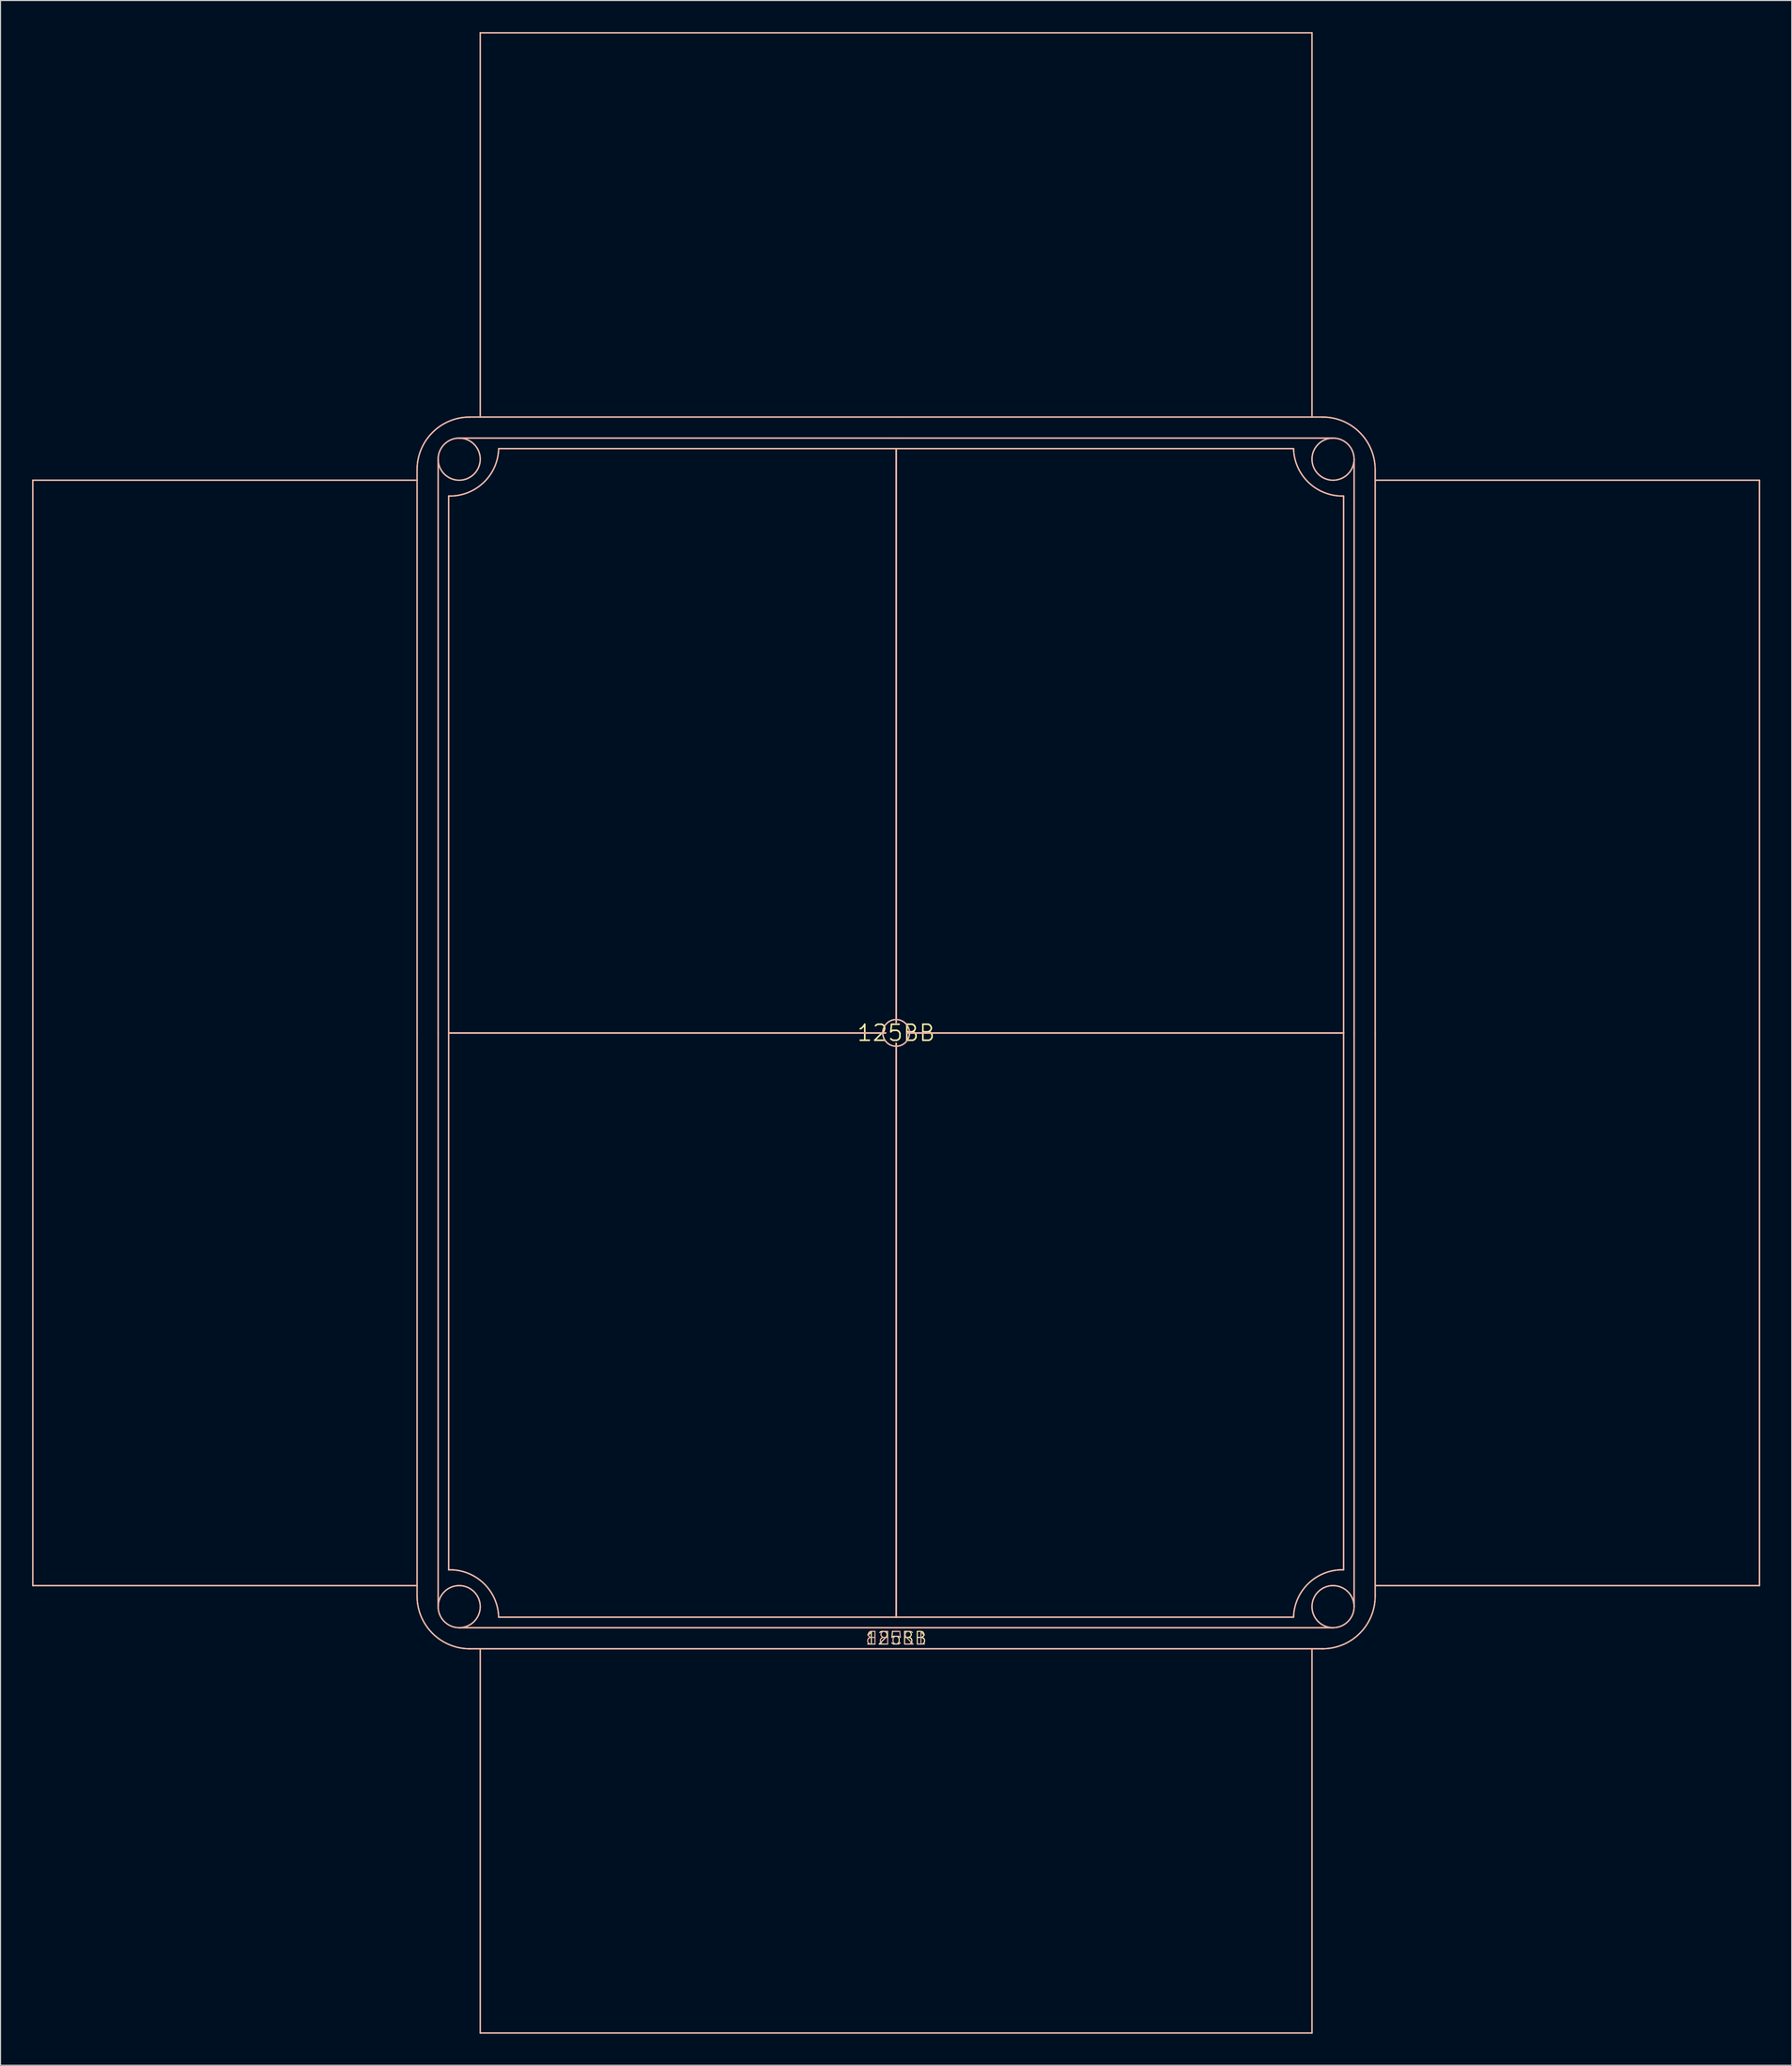
<source format=kicad_pcb>
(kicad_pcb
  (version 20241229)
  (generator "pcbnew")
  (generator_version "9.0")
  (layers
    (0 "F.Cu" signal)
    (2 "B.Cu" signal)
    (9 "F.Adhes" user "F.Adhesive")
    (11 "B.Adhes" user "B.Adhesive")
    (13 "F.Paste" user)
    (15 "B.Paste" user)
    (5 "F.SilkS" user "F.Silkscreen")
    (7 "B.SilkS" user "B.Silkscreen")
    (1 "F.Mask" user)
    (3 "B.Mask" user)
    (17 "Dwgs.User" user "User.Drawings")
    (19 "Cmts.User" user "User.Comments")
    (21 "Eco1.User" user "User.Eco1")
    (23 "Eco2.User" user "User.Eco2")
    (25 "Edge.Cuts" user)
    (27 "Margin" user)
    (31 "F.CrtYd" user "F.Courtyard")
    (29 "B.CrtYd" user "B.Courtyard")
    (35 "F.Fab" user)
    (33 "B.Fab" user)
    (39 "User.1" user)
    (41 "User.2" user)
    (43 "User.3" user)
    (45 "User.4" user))
  (footprint "125BB"
    (layer "F.Cu")
    (at 82.064 95.064)
    (property "Reference" "125BB" (at 0 0 0) (layer "F.SilkS") (effects (font (size 1.524 1.524) (thickness 0.15))))
    (attr through_hole)
    (fp_line (start -82 -52.5) (end -82 52.5) (stroke (width 0.127) (type solid)) (layer "F.SilkS"))
    (fp_line (start -82 -52.5) (end -45.5 -52.5) (stroke (width 0.127) (type solid)) (layer "F.SilkS"))
    (fp_line (start -82 52.5) (end -45.5 52.5) (stroke (width 0.127) (type solid)) (layer "F.SilkS"))
    (fp_line (start -45.5 -52.5) (end -45.5 -53.5) (stroke (width 0.127) (type solid)) (layer "F.SilkS"))
    (fp_line (start -45.5 0) (end -45.5 -52.5) (stroke (width 0.127) (type solid)) (layer "F.SilkS"))
    (fp_line (start -45.5 0) (end -45.5 52.5) (stroke (width 0.127) (type solid)) (layer "F.SilkS"))
    (fp_line (start -45.5 52.5) (end -45.5 53.5) (stroke (width 0.127) (type solid)) (layer "F.SilkS"))
    (fp_line (start -43.5 0) (end -43.5 -54.5) (stroke (width 0.127) (type solid)) (layer "F.SilkS"))
    (fp_line (start -43.5 0) (end -43.5 54.5) (stroke (width 0.127) (type solid)) (layer "F.SilkS"))
    (fp_line (start -42.5 -51) (end -42.5 0) (stroke (width 0.127) (type solid)) (layer "F.SilkS"))
    (fp_line (start -42.5 51) (end -42.5 0) (stroke (width 0.127) (type solid)) (layer "F.SilkS"))
    (fp_line (start -40.55 -58.5) (end -40.5 -58.5) (stroke (width 0.127) (type solid)) (layer "F.SilkS"))
    (fp_line (start -40.55 58.5) (end -40.5 58.5) (stroke (width 0.127) (type solid)) (layer "F.SilkS"))
    (fp_line (start -40.5 -58.5) (end -40.55 -58.5) (stroke (width 0.127) (type solid)) (layer "F.SilkS"))
    (fp_line (start -40.5 58.5) (end -40.55 58.5) (stroke (width 0.127) (type solid)) (layer "F.SilkS"))
    (fp_line (start -39.5 -95) (end 39.5 -95) (stroke (width 0.127) (type solid)) (layer "F.SilkS"))
    (fp_line (start -39.5 -58.5) (end -40.5 -58.5) (stroke (width 0.127) (type solid)) (layer "F.SilkS"))
    (fp_line (start -39.5 -58.5) (end -39.5 -95) (stroke (width 0.127) (type solid)) (layer "F.SilkS"))
    (fp_line (start -39.5 58.5) (end -40.5 58.5) (stroke (width 0.127) (type solid)) (layer "F.SilkS"))
    (fp_line (start -39.5 58.5) (end -39.5 95) (stroke (width 0.127) (type solid)) (layer "F.SilkS"))
    (fp_line (start -39.5 95) (end 39.5 95) (stroke (width 0.127) (type solid)) (layer "F.SilkS"))
    (fp_line (start -1 0) (end -42.5 0) (stroke (width 0.127) (type solid)) (layer "F.SilkS"))
    (fp_line (start -1 0) (end -42.5 0) (stroke (width 0.127) (type solid)) (layer "F.SilkS"))
    (fp_line (start -1 0) (end -42.5 0) (stroke (width 0.127) (type solid)) (layer "F.SilkS"))
    (fp_line (start -1 0) (end -42.5 0) (stroke (width 0.127) (type solid)) (layer "F.SilkS"))
    (fp_line (start 0 -58.5) (end -39.5 -58.5) (stroke (width 0.127) (type solid)) (layer "F.SilkS"))
    (fp_line (start 0 -58.5) (end 39.5 -58.5) (stroke (width 0.127) (type solid)) (layer "F.SilkS"))
    (fp_line (start 0 -56.5) (end -41.5 -56.5) (stroke (width 0.127) (type solid)) (layer "F.SilkS"))
    (fp_line (start 0 -56.5) (end 41.5 -56.5) (stroke (width 0.127) (type solid)) (layer "F.SilkS"))
    (fp_line (start 0 -55.5) (end -37.75 -55.5) (stroke (width 0.127) (type solid)) (layer "F.SilkS"))
    (fp_line (start 0 -55.5) (end 37.75 -55.5) (stroke (width 0.127) (type solid)) (layer "F.SilkS"))
    (fp_line (start 0 -1) (end 0 -55.5) (stroke (width 0.127) (type solid)) (layer "F.SilkS"))
    (fp_line (start 0 -1) (end 0 -55.5) (stroke (width 0.127) (type solid)) (layer "F.SilkS"))
    (fp_line (start 0 -1) (end 0 -55.5) (stroke (width 0.127) (type solid)) (layer "F.SilkS"))
    (fp_line (start 0 -1) (end 0 -55.5) (stroke (width 0.127) (type solid)) (layer "F.SilkS"))
    (fp_line (start 0 1) (end 0 55.5) (stroke (width 0.127) (type solid)) (layer "F.SilkS"))
    (fp_line (start 0 1) (end 0 55.5) (stroke (width 0.127) (type solid)) (layer "F.SilkS"))
    (fp_line (start 0 1) (end 0 55.5) (stroke (width 0.127) (type solid)) (layer "F.SilkS"))
    (fp_line (start 0 1) (end 0 55.5) (stroke (width 0.127) (type solid)) (layer "F.SilkS"))
    (fp_line (start 0 55.5) (end -37.75 55.5) (stroke (width 0.127) (type solid)) (layer "F.SilkS"))
    (fp_line (start 0 55.5) (end 37.75 55.5) (stroke (width 0.127) (type solid)) (layer "F.SilkS"))
    (fp_line (start 0 56.5) (end -41.5 56.5) (stroke (width 0.127) (type solid)) (layer "F.SilkS"))
    (fp_line (start 0 56.5) (end 41.5 56.5) (stroke (width 0.127) (type solid)) (layer "F.SilkS"))
    (fp_line (start 0 58.5) (end -39.5 58.5) (stroke (width 0.127) (type solid)) (layer "F.SilkS"))
    (fp_line (start 0 58.5) (end 39.5 58.5) (stroke (width 0.127) (type solid)) (layer "F.SilkS"))
    (fp_line (start 1 0) (end 42.5 0) (stroke (width 0.127) (type solid)) (layer "F.SilkS"))
    (fp_line (start 1 0) (end 42.5 0) (stroke (width 0.127) (type solid)) (layer "F.SilkS"))
    (fp_line (start 1 0) (end 42.5 0) (stroke (width 0.127) (type solid)) (layer "F.SilkS"))
    (fp_line (start 1 0) (end 42.5 0) (stroke (width 0.127) (type solid)) (layer "F.SilkS"))
    (fp_line (start 39.5 -58.5) (end 39.5 -95) (stroke (width 0.127) (type solid)) (layer "F.SilkS"))
    (fp_line (start 39.5 -58.5) (end 40.5 -58.5) (stroke (width 0.127) (type solid)) (layer "F.SilkS"))
    (fp_line (start 39.5 58.5) (end 39.5 95) (stroke (width 0.127) (type solid)) (layer "F.SilkS"))
    (fp_line (start 39.5 58.5) (end 40.5 58.5) (stroke (width 0.127) (type solid)) (layer "F.SilkS"))
    (fp_line (start 40.5 -58.5) (end 40.55 -58.5) (stroke (width 0.127) (type solid)) (layer "F.SilkS"))
    (fp_line (start 40.5 58.5) (end 40.55 58.5) (stroke (width 0.127) (type solid)) (layer "F.SilkS"))
    (fp_line (start 40.55 -58.5) (end 40.5 -58.5) (stroke (width 0.127) (type solid)) (layer "F.SilkS"))
    (fp_line (start 40.55 58.5) (end 40.5 58.5) (stroke (width 0.127) (type solid)) (layer "F.SilkS"))
    (fp_line (start 42.5 -51) (end 42.5 0) (stroke (width 0.127) (type solid)) (layer "F.SilkS"))
    (fp_line (start 42.5 51) (end 42.5 0) (stroke (width 0.127) (type solid)) (layer "F.SilkS"))
    (fp_line (start 43.5 0) (end 43.5 -54.5) (stroke (width 0.127) (type solid)) (layer "F.SilkS"))
    (fp_line (start 43.5 0) (end 43.5 54.5) (stroke (width 0.127) (type solid)) (layer "F.SilkS"))
    (fp_line (start 45.5 -52.5) (end 45.5 -53.5) (stroke (width 0.127) (type solid)) (layer "F.SilkS"))
    (fp_line (start 45.5 0) (end 45.5 -52.5) (stroke (width 0.127) (type solid)) (layer "F.SilkS"))
    (fp_line (start 45.5 0) (end 45.5 52.5) (stroke (width 0.127) (type solid)) (layer "F.SilkS"))
    (fp_line (start 45.5 52.5) (end 45.5 53.5) (stroke (width 0.127) (type solid)) (layer "F.SilkS"))
    (fp_line (start 82 -52.5) (end 45.5 -52.5) (stroke (width 0.127) (type solid)) (layer "F.SilkS"))
    (fp_line (start 82 -52.5) (end 82 52.5) (stroke (width 0.127) (type solid)) (layer "F.SilkS"))
    (fp_line (start 82 52.5) (end 45.5 52.5) (stroke (width 0.127) (type solid)) (layer "F.SilkS"))
    (fp_arc (start -45.5 -53.5) (mid -44.035534 -57.035534) (end -40.5 -58.5) (stroke (width 0.127) (type solid)) (layer "F.SilkS"))
    (fp_arc (start -42.5 51) (mid -39.193019 52.266243) (end -37.75 55.5) (stroke (width 0.127) (type solid)) (layer "F.SilkS"))
    (fp_arc (start -40.5 58.5) (mid -44.035534 57.035534) (end -45.5 53.5) (stroke (width 0.127) (type solid)) (layer "F.SilkS"))
    (fp_arc (start -37.75 -55.5) (mid -39.193019 -52.266243) (end -42.5 -51) (stroke (width 0.127) (type solid)) (layer "F.SilkS"))
    (fp_arc (start 37.75 55.5) (mid 39.193019 52.266243) (end 42.5 51) (stroke (width 0.127) (type solid)) (layer "F.SilkS"))
    (fp_arc (start 40.5 -58.5) (mid 44.035534 -57.035534) (end 45.5 -53.5) (stroke (width 0.127) (type solid)) (layer "F.SilkS"))
    (fp_arc (start 42.5 -51) (mid 39.193019 -52.266243) (end 37.75 -55.5) (stroke (width 0.127) (type solid)) (layer "F.SilkS"))
    (fp_arc (start 45.5 53.5) (mid 44.035534 57.035534) (end 40.5 58.5) (stroke (width 0.127) (type solid)) (layer "F.SilkS"))
    (fp_circle (center -41.5 -54.5) (end -39.5 -54.5) (stroke (width 0.127) (type solid)) (fill no) (layer "F.SilkS"))
    (fp_circle (center -41.5 54.5) (end -39.5 54.5) (stroke (width 0.127) (type solid)) (fill no) (layer "F.SilkS"))
    (fp_circle (center 0 0) (end 1.27 0) (stroke (width 0.127) (type solid)) (fill no) (layer "F.SilkS"))
    (fp_circle (center 41.5 -54.5) (end 43.5 -54.5) (stroke (width 0.127) (type solid)) (fill no) (layer "F.SilkS"))
    (fp_circle (center 41.5 54.5) (end 43.5 54.5) (stroke (width 0.127) (type solid)) (fill no) (layer "F.SilkS"))
    (fp_line (start -82 -52.5) (end -82 52.5) (stroke (width 0.127) (type solid)) (layer "B.SilkS"))
    (fp_line (start -82 -52.5) (end -45.5 -52.5) (stroke (width 0.127) (type solid)) (layer "B.SilkS"))
    (fp_line (start -82 52.5) (end -45.5 52.5) (stroke (width 0.127) (type solid)) (layer "B.SilkS"))
    (fp_line (start -45.5 -52.5) (end -45.5 -53.5) (stroke (width 0.127) (type solid)) (layer "B.SilkS"))
    (fp_line (start -45.5 0) (end -45.5 -52.5) (stroke (width 0.127) (type solid)) (layer "B.SilkS"))
    (fp_line (start -45.5 0) (end -45.5 52.5) (stroke (width 0.127) (type solid)) (layer "B.SilkS"))
    (fp_line (start -45.5 52.5) (end -45.5 53.5) (stroke (width 0.127) (type solid)) (layer "B.SilkS"))
    (fp_line (start -43.5 0) (end -43.5 -54.5) (stroke (width 0.127) (type solid)) (layer "B.SilkS"))
    (fp_line (start -43.5 0) (end -43.5 54.5) (stroke (width 0.127) (type solid)) (layer "B.SilkS"))
    (fp_line (start -42.5 -51) (end -42.5 0) (stroke (width 0.127) (type solid)) (layer "B.SilkS"))
    (fp_line (start -42.5 51) (end -42.5 0) (stroke (width 0.127) (type solid)) (layer "B.SilkS"))
    (fp_line (start -40.55 -58.5) (end -40.5 -58.5) (stroke (width 0.127) (type solid)) (layer "B.SilkS"))
    (fp_line (start -40.55 58.5) (end -40.5 58.5) (stroke (width 0.127) (type solid)) (layer "B.SilkS"))
    (fp_line (start -40.5 -58.5) (end -40.55 -58.5) (stroke (width 0.127) (type solid)) (layer "B.SilkS"))
    (fp_line (start -40.5 58.5) (end -40.55 58.5) (stroke (width 0.127) (type solid)) (layer "B.SilkS"))
    (fp_line (start -39.5 -58.5) (end -40.5 -58.5) (stroke (width 0.127) (type solid)) (layer "B.SilkS"))
    (fp_line (start -39.5 -58.5) (end -39.5 -95) (stroke (width 0.127) (type solid)) (layer "B.SilkS"))
    (fp_line (start -39.5 58.5) (end -40.5 58.5) (stroke (width 0.127) (type solid)) (layer "B.SilkS"))
    (fp_line (start -39.5 58.5) (end -39.5 95) (stroke (width 0.127) (type solid)) (layer "B.SilkS"))
    (fp_line (start -1 0) (end -42.5 0) (stroke (width 0.127) (type solid)) (layer "B.SilkS"))
    (fp_line (start -1 0) (end -42.5 0) (stroke (width 0.127) (type solid)) (layer "B.SilkS"))
    (fp_line (start -1 0) (end -42.5 0) (stroke (width 0.127) (type solid)) (layer "B.SilkS"))
    (fp_line (start -1 0) (end -42.5 0) (stroke (width 0.127) (type solid)) (layer "B.SilkS"))
    (fp_line (start 0 -58.5) (end -39.5 -58.5) (stroke (width 0.127) (type solid)) (layer "B.SilkS"))
    (fp_line (start 0 -58.5) (end 39.5 -58.5) (stroke (width 0.127) (type solid)) (layer "B.SilkS"))
    (fp_line (start 0 -56.5) (end -41.5 -56.5) (stroke (width 0.127) (type solid)) (layer "B.SilkS"))
    (fp_line (start 0 -56.5) (end 41.5 -56.5) (stroke (width 0.127) (type solid)) (layer "B.SilkS"))
    (fp_line (start 0 -55.5) (end -37.75 -55.5) (stroke (width 0.127) (type solid)) (layer "B.SilkS"))
    (fp_line (start 0 -55.5) (end 37.75 -55.5) (stroke (width 0.127) (type solid)) (layer "B.SilkS"))
    (fp_line (start 0 -1) (end 0 -55.5) (stroke (width 0.127) (type solid)) (layer "B.SilkS"))
    (fp_line (start 0 -1) (end 0 -55.5) (stroke (width 0.127) (type solid)) (layer "B.SilkS"))
    (fp_line (start 0 -1) (end 0 -55.5) (stroke (width 0.127) (type solid)) (layer "B.SilkS"))
    (fp_line (start 0 -1) (end 0 -55.5) (stroke (width 0.127) (type solid)) (layer "B.SilkS"))
    (fp_line (start 0 1) (end 0 55.5) (stroke (width 0.127) (type solid)) (layer "B.SilkS"))
    (fp_line (start 0 1) (end 0 55.5) (stroke (width 0.127) (type solid)) (layer "B.SilkS"))
    (fp_line (start 0 1) (end 0 55.5) (stroke (width 0.127) (type solid)) (layer "B.SilkS"))
    (fp_line (start 0 1) (end 0 55.5) (stroke (width 0.127) (type solid)) (layer "B.SilkS"))
    (fp_line (start 0 55.5) (end -37.75 55.5) (stroke (width 0.127) (type solid)) (layer "B.SilkS"))
    (fp_line (start 0 55.5) (end 37.75 55.5) (stroke (width 0.127) (type solid)) (layer "B.SilkS"))
    (fp_line (start 0 56.5) (end -41.5 56.5) (stroke (width 0.127) (type solid)) (layer "B.SilkS"))
    (fp_line (start 0 56.5) (end 41.5 56.5) (stroke (width 0.127) (type solid)) (layer "B.SilkS"))
    (fp_line (start 0 58.5) (end -39.5 58.5) (stroke (width 0.127) (type solid)) (layer "B.SilkS"))
    (fp_line (start 0 58.5) (end 39.5 58.5) (stroke (width 0.127) (type solid)) (layer "B.SilkS"))
    (fp_line (start 1 0) (end 42.5 0) (stroke (width 0.127) (type solid)) (layer "B.SilkS"))
    (fp_line (start 1 0) (end 42.5 0) (stroke (width 0.127) (type solid)) (layer "B.SilkS"))
    (fp_line (start 1 0) (end 42.5 0) (stroke (width 0.127) (type solid)) (layer "B.SilkS"))
    (fp_line (start 1 0) (end 42.5 0) (stroke (width 0.127) (type solid)) (layer "B.SilkS"))
    (fp_line (start 39.5 -95) (end -39.5 -95) (stroke (width 0.127) (type solid)) (layer "B.SilkS"))
    (fp_line (start 39.5 -58.5) (end 39.5 -95) (stroke (width 0.127) (type solid)) (layer "B.SilkS"))
    (fp_line (start 39.5 -58.5) (end 40.5 -58.5) (stroke (width 0.127) (type solid)) (layer "B.SilkS"))
    (fp_line (start 39.5 58.5) (end 39.5 95) (stroke (width 0.127) (type solid)) (layer "B.SilkS"))
    (fp_line (start 39.5 58.5) (end 40.5 58.5) (stroke (width 0.127) (type solid)) (layer "B.SilkS"))
    (fp_line (start 39.5 95) (end -39.5 95) (stroke (width 0.127) (type solid)) (layer "B.SilkS"))
    (fp_line (start 40.5 -58.5) (end 40.55 -58.5) (stroke (width 0.127) (type solid)) (layer "B.SilkS"))
    (fp_line (start 40.5 58.5) (end 40.55 58.5) (stroke (width 0.127) (type solid)) (layer "B.SilkS"))
    (fp_line (start 40.55 -58.5) (end 40.5 -58.5) (stroke (width 0.127) (type solid)) (layer "B.SilkS"))
    (fp_line (start 40.55 58.5) (end 40.5 58.5) (stroke (width 0.127) (type solid)) (layer "B.SilkS"))
    (fp_line (start 42.5 -51) (end 42.5 0) (stroke (width 0.127) (type solid)) (layer "B.SilkS"))
    (fp_line (start 42.5 51) (end 42.5 0) (stroke (width 0.127) (type solid)) (layer "B.SilkS"))
    (fp_line (start 43.5 0) (end 43.5 -54.5) (stroke (width 0.127) (type solid)) (layer "B.SilkS"))
    (fp_line (start 43.5 0) (end 43.5 54.5) (stroke (width 0.127) (type solid)) (layer "B.SilkS"))
    (fp_line (start 45.5 -52.5) (end 45.5 -53.5) (stroke (width 0.127) (type solid)) (layer "B.SilkS"))
    (fp_line (start 45.5 0) (end 45.5 -52.5) (stroke (width 0.127) (type solid)) (layer "B.SilkS"))
    (fp_line (start 45.5 0) (end 45.5 52.5) (stroke (width 0.127) (type solid)) (layer "B.SilkS"))
    (fp_line (start 45.5 52.5) (end 45.5 53.5) (stroke (width 0.127) (type solid)) (layer "B.SilkS"))
    (fp_line (start 82 -52.5) (end 45.5 -52.5) (stroke (width 0.127) (type solid)) (layer "B.SilkS"))
    (fp_line (start 82 -52.5) (end 82 52.5) (stroke (width 0.127) (type solid)) (layer "B.SilkS"))
    (fp_line (start 82 52.5) (end 45.5 52.5) (stroke (width 0.127) (type solid)) (layer "B.SilkS"))
    (fp_arc (start -45.5 -53.5) (mid -44.035534 -57.035534) (end -40.5 -58.5) (stroke (width 0.127) (type solid)) (layer "B.SilkS"))
    (fp_arc (start -42.5 51) (mid -39.193019 52.266243) (end -37.75 55.5) (stroke (width 0.127) (type solid)) (layer "B.SilkS"))
    (fp_arc (start -40.5 58.5) (mid -44.035534 57.035534) (end -45.5 53.5) (stroke (width 0.127) (type solid)) (layer "B.SilkS"))
    (fp_arc (start -37.75 -55.5) (mid -39.193019 -52.266243) (end -42.5 -51) (stroke (width 0.127) (type solid)) (layer "B.SilkS"))
    (fp_arc (start 37.75 55.5) (mid 39.193019 52.266243) (end 42.5 51) (stroke (width 0.127) (type solid)) (layer "B.SilkS"))
    (fp_arc (start 40.5 -58.5) (mid 44.035534 -57.035534) (end 45.5 -53.5) (stroke (width 0.127) (type solid)) (layer "B.SilkS"))
    (fp_arc (start 42.5 -51) (mid 39.193019 -52.266243) (end 37.75 -55.5) (stroke (width 0.127) (type solid)) (layer "B.SilkS"))
    (fp_arc (start 45.5 53.5) (mid 44.035534 57.035534) (end 40.5 58.5) (stroke (width 0.127) (type solid)) (layer "B.SilkS"))
    (fp_circle (center -41.5 -54.5) (end -39.5 -54.5) (stroke (width 0.127) (type solid)) (fill no) (layer "B.SilkS"))
    (fp_circle (center -41.5 54.5) (end -39.5 54.5) (stroke (width 0.127) (type solid)) (fill no) (layer "B.SilkS"))
    (fp_circle (center 0 0) (end 1.27 0) (stroke (width 0.127) (type solid)) (fill no) (layer "B.SilkS"))
    (fp_circle (center 41.5 -54.5) (end 43.5 -54.5) (stroke (width 0.127) (type solid)) (fill no) (layer "B.SilkS"))
    (fp_circle (center 41.5 54.5) (end 43.5 54.5) (stroke (width 0.127) (type solid)) (fill no) (layer "B.SilkS"))
    (fp_text user "125BB" (at 0 57.5 0) (layer "F.SilkS") (effects (font (size 1.206 1.206) (thickness 0.102))))
    (fp_text user "125BB" (at 0 57.5 0) (layer "B.SilkS") (effects (font (size 1.206 1.206) (thickness 0.102)) (justify mirror))))
  (gr_rect
    (start -3 -3)
    (end 167.127 193.127)
    (stroke (width 0.1) (type default))
    (fill no)
    (layer "Edge.Cuts")))
</source>
